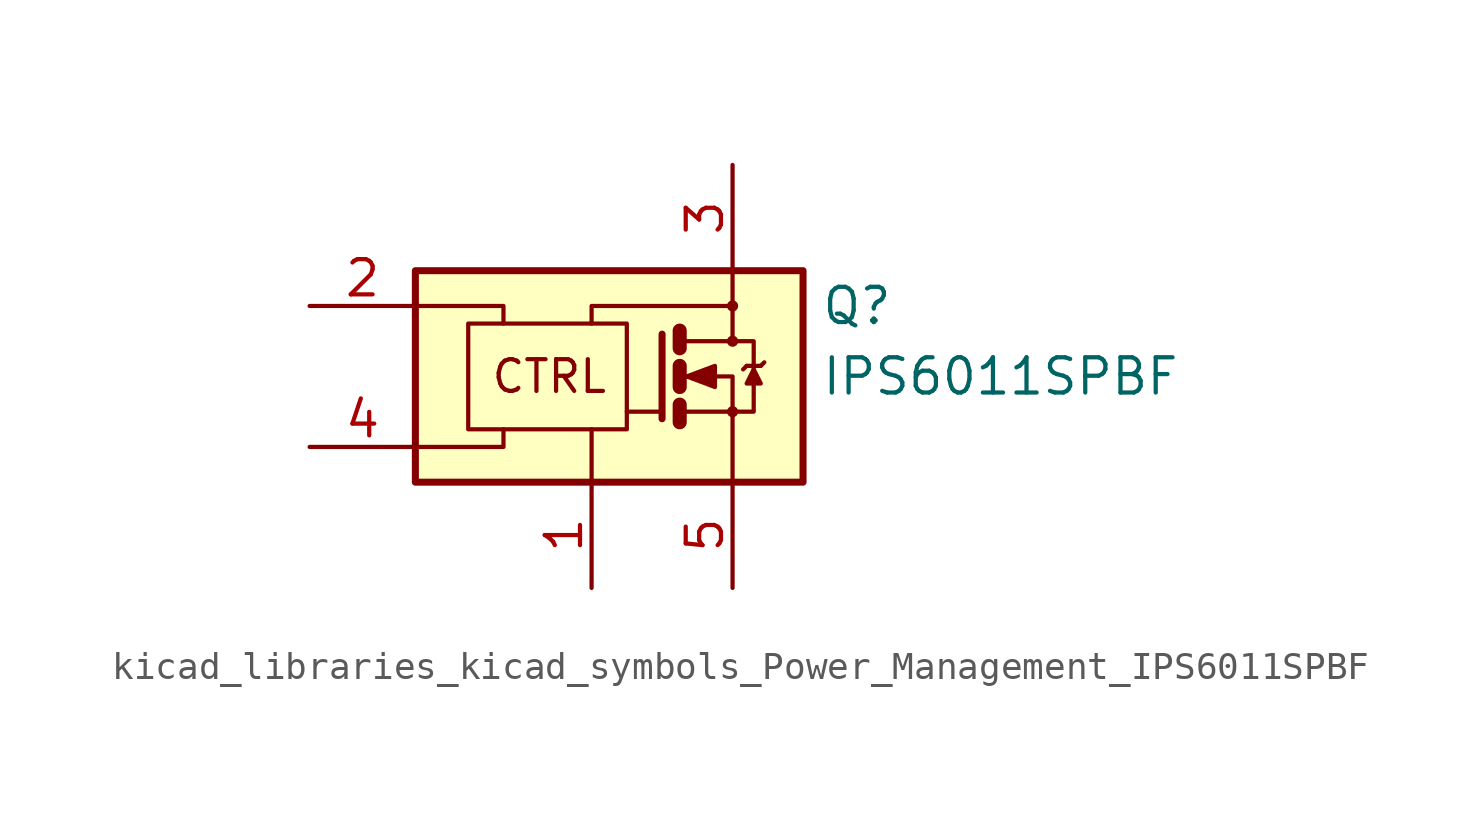
<source format=kicad_sym>
(kicad_symbol_lib
  (version 20220914)
  (generator kicad_symbol_editor)
  (symbol "kicad_libraries_kicad_symbols_Power_Management_IPS6011SPBF"
    (pin_names
      (offset 0) hide)
    (property "Reference" "Q"
      (at 8.255 2.54 0)
      (effects (font (size 1.27 1.27)) (justify left)))
    (property "Value" "IPS6011SPBF"
      (at 8.255 0 0)
      (effects (font (size 1.27 1.27)) (justify left)))
    (symbol "kicad_libraries_kicad_symbols_Power_Management_IPS6011SPBF_0_0"
      (rectangle (start -6.35 3.81) (end 7.62 -3.81) (stroke (width 0.254) (type default)) (fill (type background)))
      (polyline (pts (xy 0 -3.81) (xy 0 -1.905)) (stroke (width 0) (type default)) (fill (type none)))
      (polyline (pts (xy -6.35 -2.54) (xy -3.175 -2.54) (xy -3.175 -1.905)) (stroke (width 0) (type default)) (fill (type none)))
      (polyline (pts (xy -6.35 2.54) (xy -3.175 2.54) (xy -3.175 1.905)) (stroke (width 0) (type default)) (fill (type none)))
      (polyline (pts (xy 0 1.905) (xy 0 2.54) (xy 5.08 2.54)) (stroke (width 0) (type default)) (fill (type none)))
      (circle (center 5.08 2.54) (radius 0.127) (stroke (width 0) (type default)) (fill (type none)))
      (text "CTRL" (at -1.524 0 0) (effects (font (size 1.143 1.143)))))
    (symbol "kicad_libraries_kicad_symbols_Power_Management_IPS6011SPBF_0_1"
      (rectangle (start -4.445 1.905) (end 1.27 -1.905) (stroke (width 0) (type default)) (fill (type none)))
      (polyline (pts (xy 2.54 -1.27) (xy 1.27 -1.27)) (stroke (width 0) (type default)) (fill (type none)))
      (polyline (pts (xy 3.175 -1.016) (xy 3.175 -1.651)) (stroke (width 0.508) (type default)) (fill (type none)))
      (polyline (pts (xy 3.175 0.381) (xy 3.175 -0.381)) (stroke (width 0.508) (type default)) (fill (type none)))
      (polyline (pts (xy 3.175 1.651) (xy 3.175 1.016)) (stroke (width 0.508) (type default)) (fill (type none)))
      (polyline (pts (xy 5.588 0.381) (xy 5.461 0.254)) (stroke (width 0) (type default)) (fill (type none)))
      (polyline (pts (xy 5.588 0.381) (xy 6.096 0.381)) (stroke (width 0) (type default)) (fill (type none)))
      (polyline (pts (xy 6.096 0.381) (xy 6.223 0.508)) (stroke (width 0) (type default)) (fill (type none)))
      (polyline (pts (xy 2.54 1.524) (xy 2.54 -1.524) (xy 2.54 -1.524)) (stroke (width 0.254) (type default)) (fill (type none)))
      (polyline (pts (xy 3.302 -1.27) (xy 5.08 -1.27) (xy 5.08 -3.81)) (stroke (width 0) (type default)) (fill (type none)))
      (polyline (pts (xy 3.302 0) (xy 5.08 0) (xy 5.08 -1.27)) (stroke (width 0) (type default)) (fill (type none)))
      (polyline (pts (xy 3.302 1.27) (xy 5.08 1.27) (xy 5.08 3.81) (xy 5.08 2.54)) (stroke (width 0) (type default)) (fill (type none)))
      (polyline (pts (xy 5.08 -1.27) (xy 5.842 -1.27) (xy 5.842 1.27) (xy 5.08 1.27)) (stroke (width 0) (type default)) (fill (type none)))
      (polyline (pts (xy 5.842 0.254) (xy 5.588 -0.254) (xy 6.096 -0.254) (xy 5.842 0.254)) (stroke (width 0) (type default)) (fill (type outline)))
      (polyline (pts (xy 3.429 0) (xy 4.445 0.381) (xy 4.445 -0.381) (xy 3.429 0) (xy 3.556 0) (xy 3.556 0)) (stroke (width 0) (type default)) (fill (type outline)))
      (circle (center 5.08 -1.27) (radius 0.127) (stroke (width 0) (type default)) (fill (type none)))
      (circle (center 5.08 1.27) (radius 0.127) (stroke (width 0) (type default)) (fill (type none))))
    (symbol "kicad_libraries_kicad_symbols_Power_Management_IPS6011SPBF_1_1"
      (pin power_in line (at 0 -7.62 90) (length 3.81) (name "GND" (effects (font (size 1.27 1.27)))) (number "1" (effects (font (size 1.27 1.27)))))
      (pin input line (at -10.16 2.54 0) (length 3.81) (name "IN" (effects (font (size 1.27 1.27)))) (number "2" (effects (font (size 1.27 1.27)))))
      (pin power_in line (at 5.08 7.62 270) (length 3.81) (name "VCC" (effects (font (size 1.27 1.27)))) (number "3" (effects (font (size 1.27 1.27)))))
      (pin bidirectional line (at -10.16 -2.54 0) (length 3.81) (name "DG" (effects (font (size 1.27 1.27)))) (number "4" (effects (font (size 1.27 1.27)))))
      (pin output line (at 5.08 -7.62 90) (length 3.81) (name "OUT" (effects (font (size 1.27 1.27)))) (number "5" (effects (font (size 1.27 1.27))))))))
</source>
